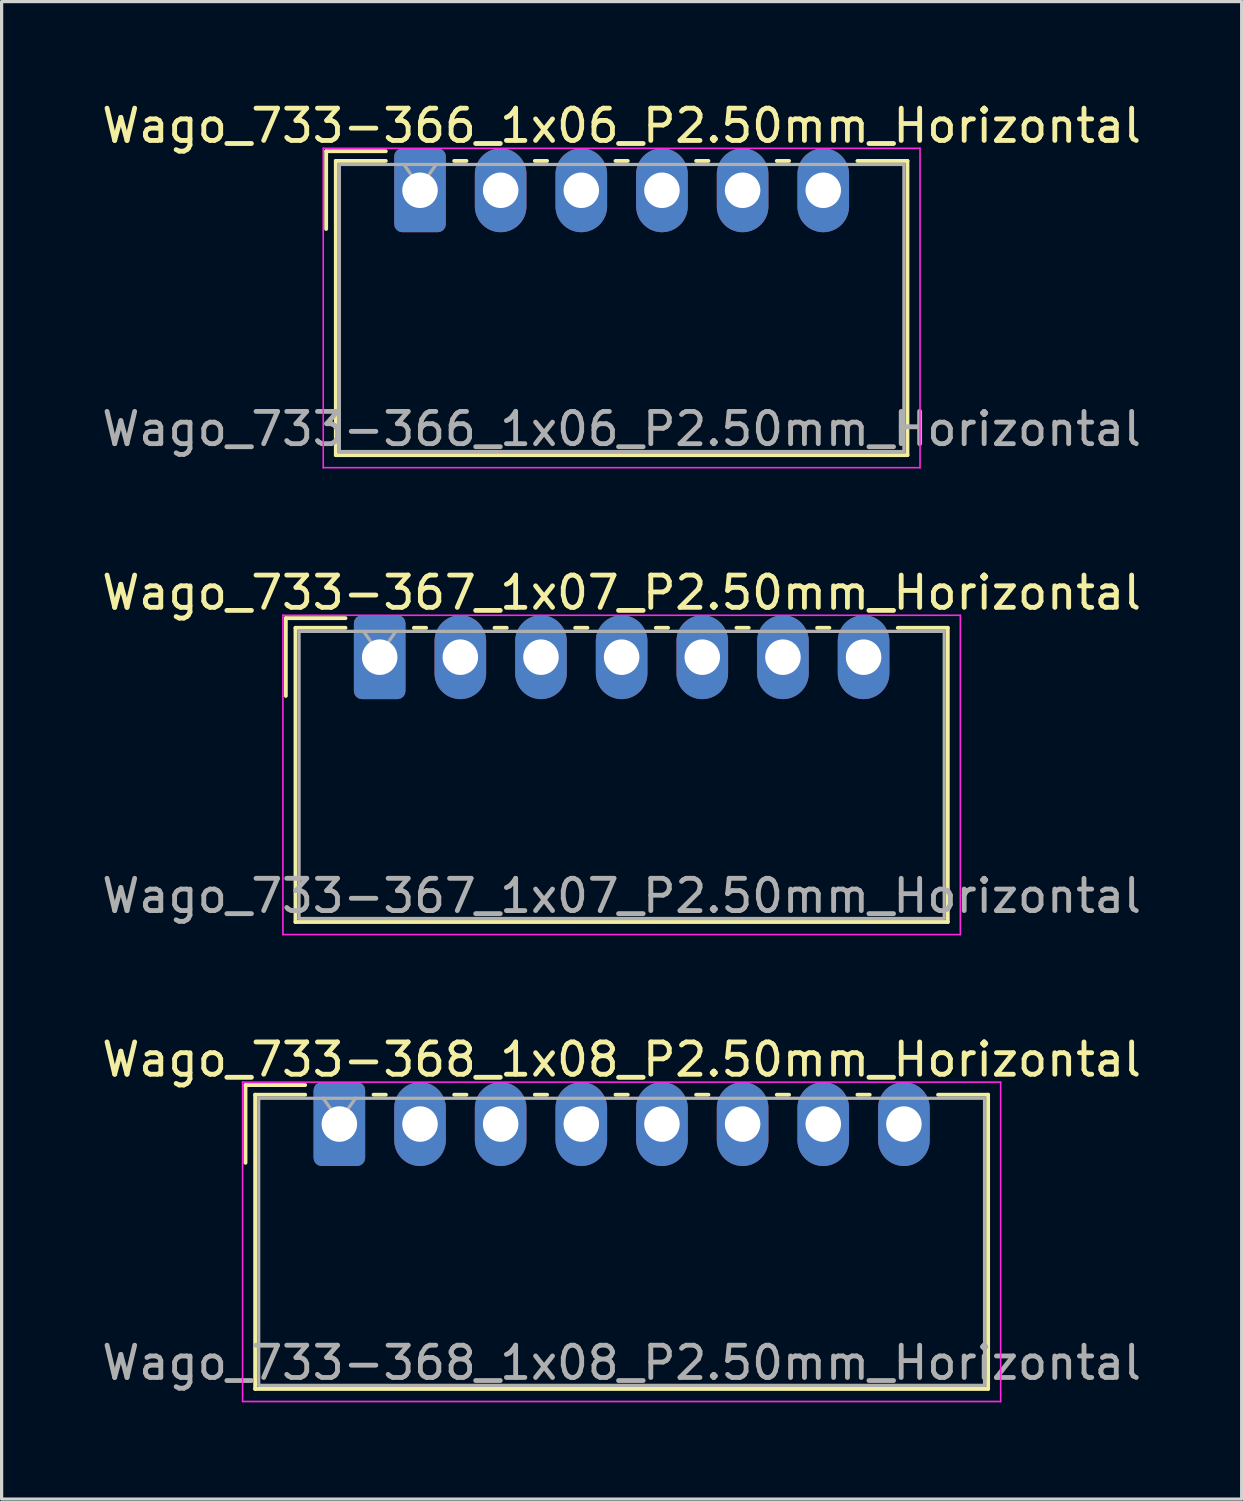
<source format=kicad_pcb>
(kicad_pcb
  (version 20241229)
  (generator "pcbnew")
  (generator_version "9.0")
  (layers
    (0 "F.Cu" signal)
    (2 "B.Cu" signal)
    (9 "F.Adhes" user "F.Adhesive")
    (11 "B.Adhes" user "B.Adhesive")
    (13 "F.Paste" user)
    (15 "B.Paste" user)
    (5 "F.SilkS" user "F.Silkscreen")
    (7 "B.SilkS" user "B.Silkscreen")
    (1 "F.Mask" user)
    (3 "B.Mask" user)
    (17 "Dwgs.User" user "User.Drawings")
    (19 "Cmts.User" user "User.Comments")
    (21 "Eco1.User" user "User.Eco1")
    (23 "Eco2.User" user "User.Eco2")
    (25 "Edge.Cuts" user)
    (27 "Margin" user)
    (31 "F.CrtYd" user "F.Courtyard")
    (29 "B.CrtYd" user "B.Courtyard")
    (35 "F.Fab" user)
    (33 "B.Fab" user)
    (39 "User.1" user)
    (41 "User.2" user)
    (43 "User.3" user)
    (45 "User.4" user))
  (footprint "Wago_733-367_1x07_P2.50mm_Horizontal"
    (layer "F.Cu")
    (at 8.72 17.322)
    (property "Reference" "Wago_733-367_1x07_P2.50mm_Horizontal" (at 7.5 -2 0) (layer "F.SilkS") (effects (font (size 1 1) (thickness 0.15))))
    (attr through_hole)
    (fp_line (start -2.91 -1.21) (end -1.06 -1.21) (stroke (width 0.12) (type solid)) (layer "F.SilkS"))
    (fp_line (start -2.91 1.2) (end -2.91 -1.21) (stroke (width 0.12) (type solid)) (layer "F.SilkS"))
    (fp_line (start -2.61 -0.91) (end -2.61 8.21) (stroke (width 0.12) (type solid)) (layer "F.SilkS"))
    (fp_line (start -2.61 8.21) (end 17.61 8.21) (stroke (width 0.12) (type solid)) (layer "F.SilkS"))
    (fp_line (start -1.06 -0.91) (end -2.61 -0.91) (stroke (width 0.12) (type solid)) (layer "F.SilkS"))
    (fp_line (start 1.06 -0.91) (end 1.44 -0.91) (stroke (width 0.12) (type solid)) (layer "F.SilkS"))
    (fp_line (start 3.56 -0.91) (end 3.94 -0.91) (stroke (width 0.12) (type solid)) (layer "F.SilkS"))
    (fp_line (start 6.06 -0.91) (end 6.44 -0.91) (stroke (width 0.12) (type solid)) (layer "F.SilkS"))
    (fp_line (start 8.56 -0.91) (end 8.94 -0.91) (stroke (width 0.12) (type solid)) (layer "F.SilkS"))
    (fp_line (start 11.06 -0.91) (end 11.44 -0.91) (stroke (width 0.12) (type solid)) (layer "F.SilkS"))
    (fp_line (start 13.56 -0.91) (end 13.94 -0.91) (stroke (width 0.12) (type solid)) (layer "F.SilkS"))
    (fp_line (start 17.61 -0.91) (end 16.06 -0.91) (stroke (width 0.12) (type solid)) (layer "F.SilkS"))
    (fp_line (start 17.61 8.21) (end 17.61 -0.91) (stroke (width 0.12) (type solid)) (layer "F.SilkS"))
    (fp_line (start -3 -1.3) (end -3 8.6) (stroke (width 0.05) (type solid)) (layer "F.CrtYd"))
    (fp_line (start -3 8.6) (end 18 8.6) (stroke (width 0.05) (type solid)) (layer "F.CrtYd"))
    (fp_line (start 18 -1.3) (end -3 -1.3) (stroke (width 0.05) (type solid)) (layer "F.CrtYd"))
    (fp_line (start 18 8.6) (end 18 -1.3) (stroke (width 0.05) (type solid)) (layer "F.CrtYd"))
    (fp_line (start -2.5 -0.8) (end -2.5 8.1) (stroke (width 0.1) (type solid)) (layer "F.Fab"))
    (fp_line (start -2.5 8.1) (end 17.5 8.1) (stroke (width 0.1) (type solid)) (layer "F.Fab"))
    (fp_line (start -0.5 -0.8) (end 0 -0.093) (stroke (width 0.1) (type solid)) (layer "F.Fab"))
    (fp_line (start 0 -0.093) (end 0.5 -0.8) (stroke (width 0.1) (type solid)) (layer "F.Fab"))
    (fp_line (start 17.5 -0.8) (end -2.5 -0.8) (stroke (width 0.1) (type solid)) (layer "F.Fab"))
    (fp_line (start 17.5 8.1) (end 17.5 -0.8) (stroke (width 0.1) (type solid)) (layer "F.Fab"))
    (fp_text user "${REFERENCE}" (at 7.5 7.4 0) (layer "F.Fab") (effects (font (size 1 1) (thickness 0.15))))
    (pad "1" thru_hole roundrect (at 0 0) (size 1.6 2.6) (drill 1.1) (layers "*.Cu" "*.Mask") (roundrect_rratio 0.156))
    (pad "2" thru_hole oval (at 2.5 0) (size 1.6 2.6) (drill 1.1) (layers "*.Cu" "*.Mask"))
    (pad "3" thru_hole oval (at 5 0) (size 1.6 2.6) (drill 1.1) (layers "*.Cu" "*.Mask"))
    (pad "4" thru_hole oval (at 7.5 0) (size 1.6 2.6) (drill 1.1) (layers "*.Cu" "*.Mask"))
    (pad "5" thru_hole oval (at 10 0) (size 1.6 2.6) (drill 1.1) (layers "*.Cu" "*.Mask"))
    (pad "6" thru_hole oval (at 12.5 0) (size 1.6 2.6) (drill 1.1) (layers "*.Cu" "*.Mask"))
    (pad "7" thru_hole oval (at 15 0) (size 1.6 2.6) (drill 1.1) (layers "*.Cu" "*.Mask")))
  (footprint "Wago_733-368_1x08_P2.50mm_Horizontal"
    (layer "F.Cu")
    (at 7.47 31.795)
    (property "Reference" "Wago_733-368_1x08_P2.50mm_Horizontal" (at 8.75 -2 0) (layer "F.SilkS") (effects (font (size 1 1) (thickness 0.15))))
    (attr through_hole)
    (fp_line (start -2.91 -1.21) (end -1.06 -1.21) (stroke (width 0.12) (type solid)) (layer "F.SilkS"))
    (fp_line (start -2.91 1.2) (end -2.91 -1.21) (stroke (width 0.12) (type solid)) (layer "F.SilkS"))
    (fp_line (start -2.61 -0.91) (end -2.61 8.21) (stroke (width 0.12) (type solid)) (layer "F.SilkS"))
    (fp_line (start -2.61 8.21) (end 20.11 8.21) (stroke (width 0.12) (type solid)) (layer "F.SilkS"))
    (fp_line (start -1.06 -0.91) (end -2.61 -0.91) (stroke (width 0.12) (type solid)) (layer "F.SilkS"))
    (fp_line (start 1.06 -0.91) (end 1.44 -0.91) (stroke (width 0.12) (type solid)) (layer "F.SilkS"))
    (fp_line (start 3.56 -0.91) (end 3.94 -0.91) (stroke (width 0.12) (type solid)) (layer "F.SilkS"))
    (fp_line (start 6.06 -0.91) (end 6.44 -0.91) (stroke (width 0.12) (type solid)) (layer "F.SilkS"))
    (fp_line (start 8.56 -0.91) (end 8.94 -0.91) (stroke (width 0.12) (type solid)) (layer "F.SilkS"))
    (fp_line (start 11.06 -0.91) (end 11.44 -0.91) (stroke (width 0.12) (type solid)) (layer "F.SilkS"))
    (fp_line (start 13.56 -0.91) (end 13.94 -0.91) (stroke (width 0.12) (type solid)) (layer "F.SilkS"))
    (fp_line (start 16.06 -0.91) (end 16.44 -0.91) (stroke (width 0.12) (type solid)) (layer "F.SilkS"))
    (fp_line (start 20.11 -0.91) (end 18.56 -0.91) (stroke (width 0.12) (type solid)) (layer "F.SilkS"))
    (fp_line (start 20.11 8.21) (end 20.11 -0.91) (stroke (width 0.12) (type solid)) (layer "F.SilkS"))
    (fp_line (start -3 -1.3) (end -3 8.6) (stroke (width 0.05) (type solid)) (layer "F.CrtYd"))
    (fp_line (start -3 8.6) (end 20.5 8.6) (stroke (width 0.05) (type solid)) (layer "F.CrtYd"))
    (fp_line (start 20.5 -1.3) (end -3 -1.3) (stroke (width 0.05) (type solid)) (layer "F.CrtYd"))
    (fp_line (start 20.5 8.6) (end 20.5 -1.3) (stroke (width 0.05) (type solid)) (layer "F.CrtYd"))
    (fp_line (start -2.5 -0.8) (end -2.5 8.1) (stroke (width 0.1) (type solid)) (layer "F.Fab"))
    (fp_line (start -2.5 8.1) (end 20 8.1) (stroke (width 0.1) (type solid)) (layer "F.Fab"))
    (fp_line (start -0.5 -0.8) (end 0 -0.093) (stroke (width 0.1) (type solid)) (layer "F.Fab"))
    (fp_line (start 0 -0.093) (end 0.5 -0.8) (stroke (width 0.1) (type solid)) (layer "F.Fab"))
    (fp_line (start 20 -0.8) (end -2.5 -0.8) (stroke (width 0.1) (type solid)) (layer "F.Fab"))
    (fp_line (start 20 8.1) (end 20 -0.8) (stroke (width 0.1) (type solid)) (layer "F.Fab"))
    (fp_text user "${REFERENCE}" (at 8.75 7.4 0) (layer "F.Fab") (effects (font (size 1 1) (thickness 0.15))))
    (pad "1" thru_hole roundrect (at 0 0) (size 1.6 2.6) (drill 1.1) (layers "*.Cu" "*.Mask") (roundrect_rratio 0.156))
    (pad "2" thru_hole oval (at 2.5 0) (size 1.6 2.6) (drill 1.1) (layers "*.Cu" "*.Mask"))
    (pad "3" thru_hole oval (at 5 0) (size 1.6 2.6) (drill 1.1) (layers "*.Cu" "*.Mask"))
    (pad "4" thru_hole oval (at 7.5 0) (size 1.6 2.6) (drill 1.1) (layers "*.Cu" "*.Mask"))
    (pad "5" thru_hole oval (at 10 0) (size 1.6 2.6) (drill 1.1) (layers "*.Cu" "*.Mask"))
    (pad "6" thru_hole oval (at 12.5 0) (size 1.6 2.6) (drill 1.1) (layers "*.Cu" "*.Mask"))
    (pad "7" thru_hole oval (at 15 0) (size 1.6 2.6) (drill 1.1) (layers "*.Cu" "*.Mask"))
    (pad "8" thru_hole oval (at 17.5 0) (size 1.6 2.6) (drill 1.1) (layers "*.Cu" "*.Mask")))
  (footprint "Wago_733-366_1x06_P2.50mm_Horizontal"
    (layer "F.Cu")
    (at 9.97 2.848)
    (property "Reference" "Wago_733-366_1x06_P2.50mm_Horizontal" (at 6.25 -2 0) (layer "F.SilkS") (effects (font (size 1 1) (thickness 0.15))))
    (attr through_hole)
    (fp_line (start -2.91 -1.21) (end -1.06 -1.21) (stroke (width 0.12) (type solid)) (layer "F.SilkS"))
    (fp_line (start -2.91 1.2) (end -2.91 -1.21) (stroke (width 0.12) (type solid)) (layer "F.SilkS"))
    (fp_line (start -2.61 -0.91) (end -2.61 8.21) (stroke (width 0.12) (type solid)) (layer "F.SilkS"))
    (fp_line (start -2.61 8.21) (end 15.11 8.21) (stroke (width 0.12) (type solid)) (layer "F.SilkS"))
    (fp_line (start -1.06 -0.91) (end -2.61 -0.91) (stroke (width 0.12) (type solid)) (layer "F.SilkS"))
    (fp_line (start 1.06 -0.91) (end 1.44 -0.91) (stroke (width 0.12) (type solid)) (layer "F.SilkS"))
    (fp_line (start 3.56 -0.91) (end 3.94 -0.91) (stroke (width 0.12) (type solid)) (layer "F.SilkS"))
    (fp_line (start 6.06 -0.91) (end 6.44 -0.91) (stroke (width 0.12) (type solid)) (layer "F.SilkS"))
    (fp_line (start 8.56 -0.91) (end 8.94 -0.91) (stroke (width 0.12) (type solid)) (layer "F.SilkS"))
    (fp_line (start 11.06 -0.91) (end 11.44 -0.91) (stroke (width 0.12) (type solid)) (layer "F.SilkS"))
    (fp_line (start 15.11 -0.91) (end 13.56 -0.91) (stroke (width 0.12) (type solid)) (layer "F.SilkS"))
    (fp_line (start 15.11 8.21) (end 15.11 -0.91) (stroke (width 0.12) (type solid)) (layer "F.SilkS"))
    (fp_line (start -3 -1.3) (end -3 8.6) (stroke (width 0.05) (type solid)) (layer "F.CrtYd"))
    (fp_line (start -3 8.6) (end 15.5 8.6) (stroke (width 0.05) (type solid)) (layer "F.CrtYd"))
    (fp_line (start 15.5 -1.3) (end -3 -1.3) (stroke (width 0.05) (type solid)) (layer "F.CrtYd"))
    (fp_line (start 15.5 8.6) (end 15.5 -1.3) (stroke (width 0.05) (type solid)) (layer "F.CrtYd"))
    (fp_line (start -2.5 -0.8) (end -2.5 8.1) (stroke (width 0.1) (type solid)) (layer "F.Fab"))
    (fp_line (start -2.5 8.1) (end 15 8.1) (stroke (width 0.1) (type solid)) (layer "F.Fab"))
    (fp_line (start -0.5 -0.8) (end 0 -0.093) (stroke (width 0.1) (type solid)) (layer "F.Fab"))
    (fp_line (start 0 -0.093) (end 0.5 -0.8) (stroke (width 0.1) (type solid)) (layer "F.Fab"))
    (fp_line (start 15 -0.8) (end -2.5 -0.8) (stroke (width 0.1) (type solid)) (layer "F.Fab"))
    (fp_line (start 15 8.1) (end 15 -0.8) (stroke (width 0.1) (type solid)) (layer "F.Fab"))
    (fp_text user "${REFERENCE}" (at 6.25 7.4 0) (layer "F.Fab") (effects (font (size 1 1) (thickness 0.15))))
    (pad "1" thru_hole roundrect (at 0 0) (size 1.6 2.6) (drill 1.1) (layers "*.Cu" "*.Mask") (roundrect_rratio 0.156))
    (pad "2" thru_hole oval (at 2.5 0) (size 1.6 2.6) (drill 1.1) (layers "*.Cu" "*.Mask"))
    (pad "3" thru_hole oval (at 5 0) (size 1.6 2.6) (drill 1.1) (layers "*.Cu" "*.Mask"))
    (pad "4" thru_hole oval (at 7.5 0) (size 1.6 2.6) (drill 1.1) (layers "*.Cu" "*.Mask"))
    (pad "5" thru_hole oval (at 10 0) (size 1.6 2.6) (drill 1.1) (layers "*.Cu" "*.Mask"))
    (pad "6" thru_hole oval (at 12.5 0) (size 1.6 2.6) (drill 1.1) (layers "*.Cu" "*.Mask")))
  (gr_rect
    (start -3 -3)
    (end 35.44 43.42)
    (stroke (width 0.1) (type default))
    (fill no)
    (layer "Edge.Cuts")))
</source>
